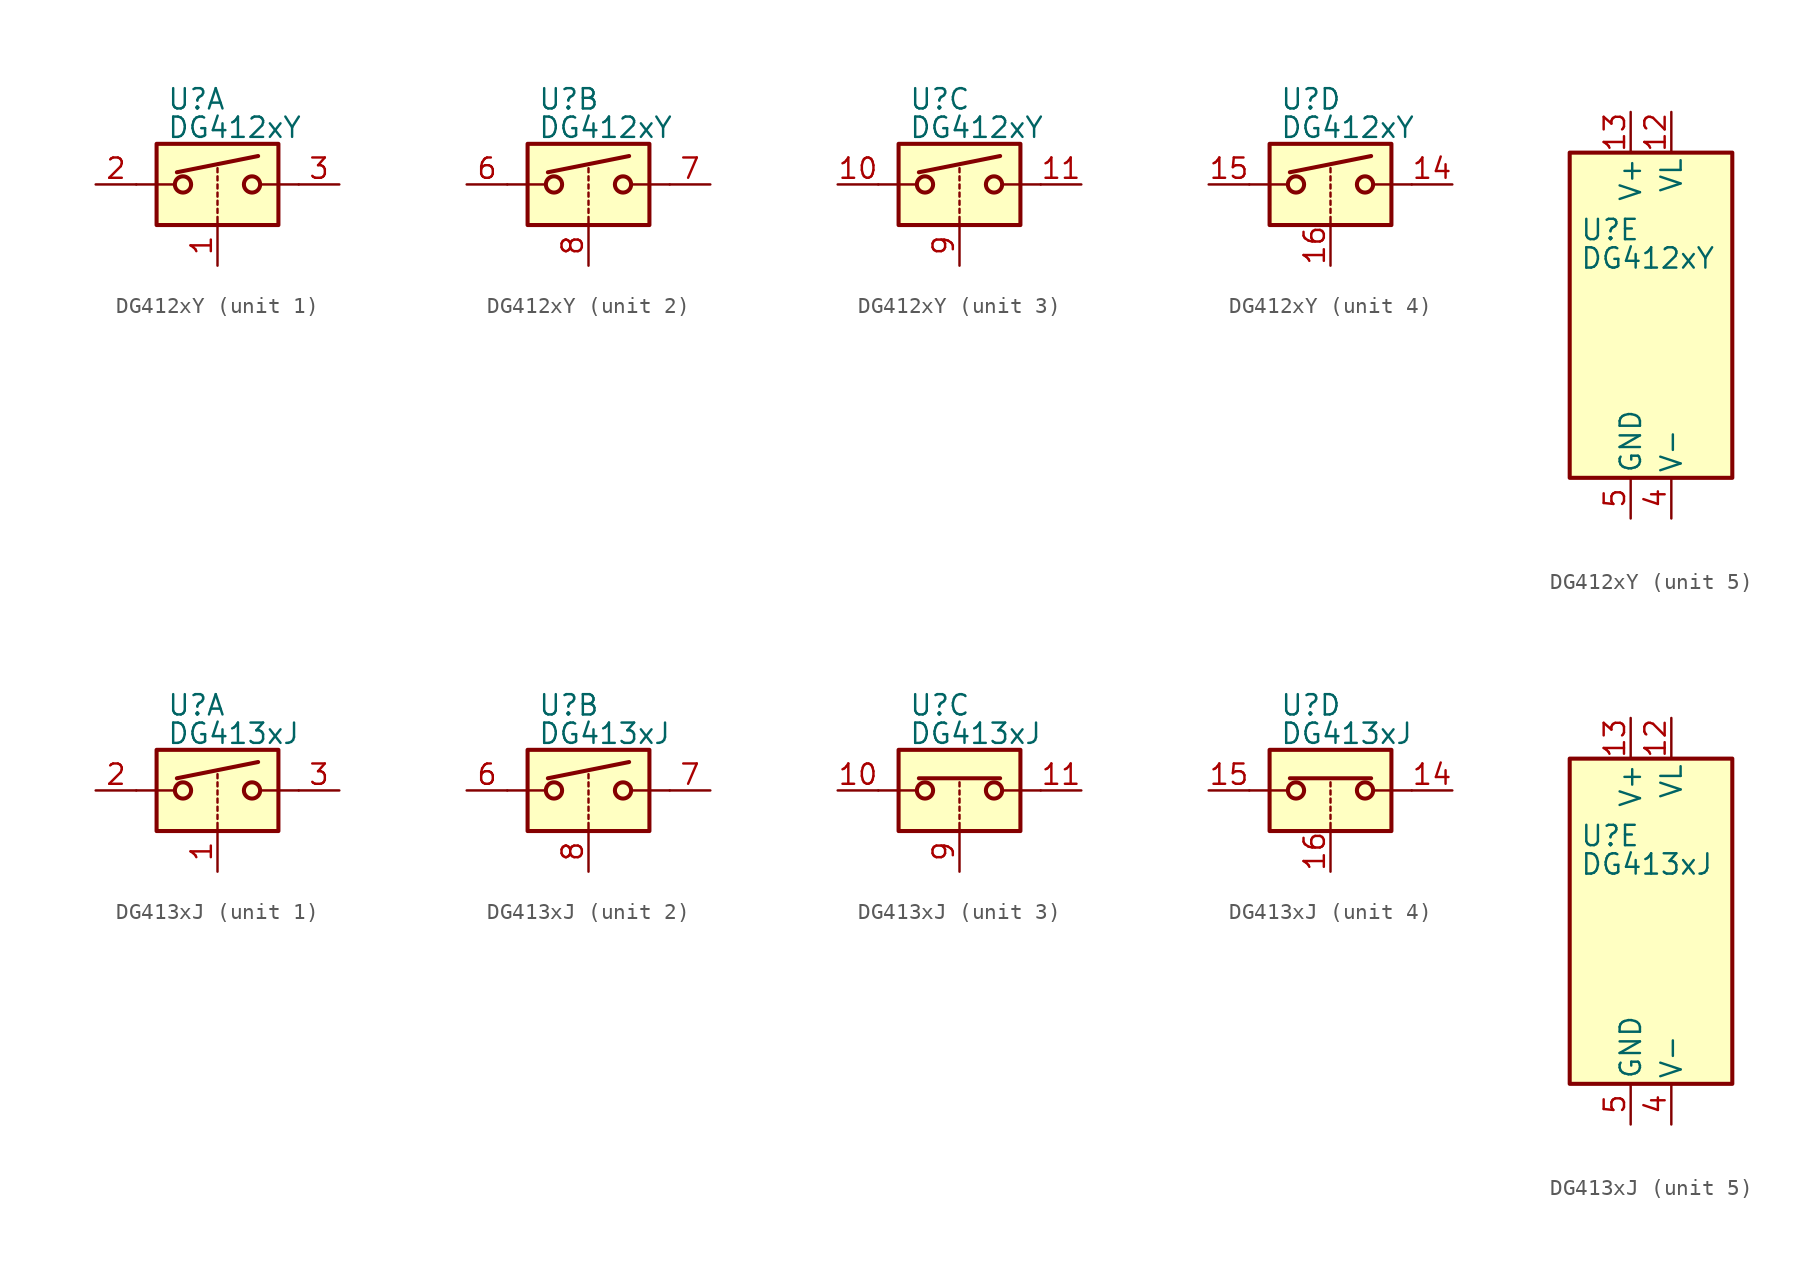
<source format=kicad_sym>
(kicad_symbol_lib
  (version 20201005)
  (generator kicad_symbol_editor)
  (symbol "Analog_Switch:DG412xY"
    (pin_names
      (offset 0.254))
    (property "Reference" "U"
      (at -3.175 5.334 0)
      (effects (font (size 1.27 1.27)) (justify left)))
    (property "Value" "DG412xY"
      (at -3.175 3.556 0)
      (effects (font (size 1.27 1.27)) (justify left)))
    (symbol "DG412xY_1_1"
      (circle (center -2.159 0) (radius 0.508) (stroke (width 0.254)) (fill (type none)))
      (circle (center 2.159 0) (radius 0.508) (stroke (width 0.254)) (fill (type none)))
      (rectangle (start -3.81 2.54) (end 3.81 -2.54) (stroke (width 0.254)) (fill (type background)))
      (polyline (pts (xy -5.08 0) (xy -2.794 0)) (stroke (width 0)) (fill (type none)))
      (polyline (pts (xy -2.54 0.762) (xy 2.54 1.778)) (stroke (width 0.254)) (fill (type none)))
      (polyline (pts (xy 0 -2.54) (xy 0 -2.032)) (stroke (width 0)) (fill (type none)))
      (polyline (pts (xy 0 -1.778) (xy 0 -1.524)) (stroke (width 0)) (fill (type none)))
      (polyline (pts (xy 0 -1.27) (xy 0 -1.016)) (stroke (width 0)) (fill (type none)))
      (polyline (pts (xy 0 -0.762) (xy 0 -0.508)) (stroke (width 0)) (fill (type none)))
      (polyline (pts (xy 0 -0.254) (xy 0 0)) (stroke (width 0)) (fill (type none)))
      (polyline (pts (xy 0 0.254) (xy 0 0.508)) (stroke (width 0)) (fill (type none)))
      (polyline (pts (xy 0 0.762) (xy 0 1.016)) (stroke (width 0)) (fill (type none)))
      (polyline (pts (xy 5.08 0) (xy 2.794 0)) (stroke (width 0)) (fill (type none)))
      (pin input line (at 0 -5.08 90) (length 2.54) (name "~" (effects (font (size 1.27 1.27)))) (number "1" (effects (font (size 1.27 1.27)))))
      (pin passive line (at -7.62 0 0) (length 2.54) (name "~" (effects (font (size 1.27 1.27)))) (number "2" (effects (font (size 1.27 1.27)))))
      (pin passive line (at 7.62 0 180) (length 2.54) (name "~" (effects (font (size 1.27 1.27)))) (number "3" (effects (font (size 1.27 1.27))))))
    (symbol "DG412xY_2_1"
      (circle (center -2.159 0) (radius 0.508) (stroke (width 0.254)) (fill (type none)))
      (circle (center 2.159 0) (radius 0.508) (stroke (width 0.254)) (fill (type none)))
      (rectangle (start -3.81 2.54) (end 3.81 -2.54) (stroke (width 0.254)) (fill (type background)))
      (polyline (pts (xy -5.08 0) (xy -2.794 0)) (stroke (width 0)) (fill (type none)))
      (polyline (pts (xy -2.54 0.762) (xy 2.54 1.778)) (stroke (width 0.254)) (fill (type none)))
      (polyline (pts (xy 0 -2.54) (xy 0 -2.032)) (stroke (width 0)) (fill (type none)))
      (polyline (pts (xy 0 -1.778) (xy 0 -1.524)) (stroke (width 0)) (fill (type none)))
      (polyline (pts (xy 0 -1.27) (xy 0 -1.016)) (stroke (width 0)) (fill (type none)))
      (polyline (pts (xy 0 -0.762) (xy 0 -0.508)) (stroke (width 0)) (fill (type none)))
      (polyline (pts (xy 0 -0.254) (xy 0 0)) (stroke (width 0)) (fill (type none)))
      (polyline (pts (xy 0 0.254) (xy 0 0.508)) (stroke (width 0)) (fill (type none)))
      (polyline (pts (xy 0 0.762) (xy 0 1.016)) (stroke (width 0)) (fill (type none)))
      (polyline (pts (xy 5.08 0) (xy 2.794 0)) (stroke (width 0)) (fill (type none)))
      (pin passive line (at -7.62 0 0) (length 2.54) (name "~" (effects (font (size 1.27 1.27)))) (number "6" (effects (font (size 1.27 1.27)))))
      (pin passive line (at 7.62 0 180) (length 2.54) (name "~" (effects (font (size 1.27 1.27)))) (number "7" (effects (font (size 1.27 1.27)))))
      (pin input line (at 0 -5.08 90) (length 2.54) (name "~" (effects (font (size 1.27 1.27)))) (number "8" (effects (font (size 1.27 1.27))))))
    (symbol "DG412xY_3_1"
      (circle (center -2.159 0) (radius 0.508) (stroke (width 0.254)) (fill (type none)))
      (circle (center 2.159 0) (radius 0.508) (stroke (width 0.254)) (fill (type none)))
      (rectangle (start -3.81 2.54) (end 3.81 -2.54) (stroke (width 0.254)) (fill (type background)))
      (polyline (pts (xy -5.08 0) (xy -2.794 0)) (stroke (width 0)) (fill (type none)))
      (polyline (pts (xy -2.54 0.762) (xy 2.54 1.778)) (stroke (width 0.254)) (fill (type none)))
      (polyline (pts (xy 0 -2.54) (xy 0 -2.032)) (stroke (width 0)) (fill (type none)))
      (polyline (pts (xy 0 -1.778) (xy 0 -1.524)) (stroke (width 0)) (fill (type none)))
      (polyline (pts (xy 0 -1.27) (xy 0 -1.016)) (stroke (width 0)) (fill (type none)))
      (polyline (pts (xy 0 -0.762) (xy 0 -0.508)) (stroke (width 0)) (fill (type none)))
      (polyline (pts (xy 0 -0.254) (xy 0 0)) (stroke (width 0)) (fill (type none)))
      (polyline (pts (xy 0 0.254) (xy 0 0.508)) (stroke (width 0)) (fill (type none)))
      (polyline (pts (xy 0 0.762) (xy 0 1.016)) (stroke (width 0)) (fill (type none)))
      (polyline (pts (xy 5.08 0) (xy 2.794 0)) (stroke (width 0)) (fill (type none)))
      (pin passive line (at -7.62 0 0) (length 2.54) (name "~" (effects (font (size 1.27 1.27)))) (number "10" (effects (font (size 1.27 1.27)))))
      (pin passive line (at 7.62 0 180) (length 2.54) (name "~" (effects (font (size 1.27 1.27)))) (number "11" (effects (font (size 1.27 1.27)))))
      (pin input line (at 0 -5.08 90) (length 2.54) (name "~" (effects (font (size 1.27 1.27)))) (number "9" (effects (font (size 1.27 1.27))))))
    (symbol "DG412xY_4_1"
      (circle (center -2.159 0) (radius 0.508) (stroke (width 0.254)) (fill (type none)))
      (circle (center 2.159 0) (radius 0.508) (stroke (width 0.254)) (fill (type none)))
      (rectangle (start -3.81 2.54) (end 3.81 -2.54) (stroke (width 0.254)) (fill (type background)))
      (polyline (pts (xy -5.08 0) (xy -2.794 0)) (stroke (width 0)) (fill (type none)))
      (polyline (pts (xy -2.54 0.762) (xy 2.54 1.778)) (stroke (width 0.254)) (fill (type none)))
      (polyline (pts (xy 0 -2.54) (xy 0 -2.032)) (stroke (width 0)) (fill (type none)))
      (polyline (pts (xy 0 -1.778) (xy 0 -1.524)) (stroke (width 0)) (fill (type none)))
      (polyline (pts (xy 0 -1.27) (xy 0 -1.016)) (stroke (width 0)) (fill (type none)))
      (polyline (pts (xy 0 -0.762) (xy 0 -0.508)) (stroke (width 0)) (fill (type none)))
      (polyline (pts (xy 0 -0.254) (xy 0 0)) (stroke (width 0)) (fill (type none)))
      (polyline (pts (xy 0 0.254) (xy 0 0.508)) (stroke (width 0)) (fill (type none)))
      (polyline (pts (xy 0 0.762) (xy 0 1.016)) (stroke (width 0)) (fill (type none)))
      (polyline (pts (xy 5.08 0) (xy 2.794 0)) (stroke (width 0)) (fill (type none)))
      (pin passive line (at 7.62 0 180) (length 2.54) (name "~" (effects (font (size 1.27 1.27)))) (number "14" (effects (font (size 1.27 1.27)))))
      (pin passive line (at -7.62 0 0) (length 2.54) (name "~" (effects (font (size 1.27 1.27)))) (number "15" (effects (font (size 1.27 1.27)))))
      (pin input line (at 0 -5.08 90) (length 2.54) (name "~" (effects (font (size 1.27 1.27)))) (number "16" (effects (font (size 1.27 1.27))))))
    (symbol "DG412xY_5_0"
      (pin power_in line (at 2.54 12.7 270) (length 2.54) (name "VL" (effects (font (size 1.27 1.27)))) (number "12" (effects (font (size 1.27 1.27)))))
      (pin power_in line (at 0 12.7 270) (length 2.54) (name "V+" (effects (font (size 1.27 1.27)))) (number "13" (effects (font (size 1.27 1.27)))))
      (pin power_in line (at 2.54 -12.7 90) (length 2.54) (name "V-" (effects (font (size 1.27 1.27)))) (number "4" (effects (font (size 1.27 1.27)))))
      (pin power_in line (at 0 -12.7 90) (length 2.54) (name "GND" (effects (font (size 1.27 1.27)))) (number "5" (effects (font (size 1.27 1.27))))))
    (symbol "DG412xY_5_1"
      (rectangle (start -3.81 10.16) (end 6.35 -10.16) (stroke (width 0.254)) (fill (type background)))))
  (symbol "Analog_Switch:DG413xJ"
    (pin_names
      (offset 0.254))
    (property "Reference" "U"
      (at -3.175 5.334 0)
      (effects (font (size 1.27 1.27)) (justify left)))
    (property "Value" "DG413xJ"
      (at -3.175 3.556 0)
      (effects (font (size 1.27 1.27)) (justify left)))
    (symbol "DG413xJ_1_1"
      (circle (center -2.159 0) (radius 0.508) (stroke (width 0.254)) (fill (type none)))
      (circle (center 2.159 0) (radius 0.508) (stroke (width 0.254)) (fill (type none)))
      (rectangle (start -3.81 2.54) (end 3.81 -2.54) (stroke (width 0.254)) (fill (type background)))
      (polyline (pts (xy -5.08 0) (xy -2.794 0)) (stroke (width 0)) (fill (type none)))
      (polyline (pts (xy -2.54 0.762) (xy 2.54 1.778)) (stroke (width 0.254)) (fill (type none)))
      (polyline (pts (xy 0 -2.54) (xy 0 -2.032)) (stroke (width 0)) (fill (type none)))
      (polyline (pts (xy 0 -1.778) (xy 0 -1.524)) (stroke (width 0)) (fill (type none)))
      (polyline (pts (xy 0 -1.27) (xy 0 -1.016)) (stroke (width 0)) (fill (type none)))
      (polyline (pts (xy 0 -0.762) (xy 0 -0.508)) (stroke (width 0)) (fill (type none)))
      (polyline (pts (xy 0 -0.254) (xy 0 0)) (stroke (width 0)) (fill (type none)))
      (polyline (pts (xy 0 0.254) (xy 0 0.508)) (stroke (width 0)) (fill (type none)))
      (polyline (pts (xy 0 0.762) (xy 0 1.016)) (stroke (width 0)) (fill (type none)))
      (polyline (pts (xy 5.08 0) (xy 2.794 0)) (stroke (width 0)) (fill (type none)))
      (pin input line (at 0 -5.08 90) (length 2.54) (name "~" (effects (font (size 1.27 1.27)))) (number "1" (effects (font (size 1.27 1.27)))))
      (pin passive line (at -7.62 0 0) (length 2.54) (name "~" (effects (font (size 1.27 1.27)))) (number "2" (effects (font (size 1.27 1.27)))))
      (pin passive line (at 7.62 0 180) (length 2.54) (name "~" (effects (font (size 1.27 1.27)))) (number "3" (effects (font (size 1.27 1.27))))))
    (symbol "DG413xJ_2_1"
      (circle (center -2.159 0) (radius 0.508) (stroke (width 0.254)) (fill (type none)))
      (circle (center 2.159 0) (radius 0.508) (stroke (width 0.254)) (fill (type none)))
      (rectangle (start -3.81 2.54) (end 3.81 -2.54) (stroke (width 0.254)) (fill (type background)))
      (polyline (pts (xy -5.08 0) (xy -2.794 0)) (stroke (width 0)) (fill (type none)))
      (polyline (pts (xy -2.54 0.762) (xy 2.54 1.778)) (stroke (width 0.254)) (fill (type none)))
      (polyline (pts (xy 0 -2.54) (xy 0 -2.032)) (stroke (width 0)) (fill (type none)))
      (polyline (pts (xy 0 -1.778) (xy 0 -1.524)) (stroke (width 0)) (fill (type none)))
      (polyline (pts (xy 0 -1.27) (xy 0 -1.016)) (stroke (width 0)) (fill (type none)))
      (polyline (pts (xy 0 -0.762) (xy 0 -0.508)) (stroke (width 0)) (fill (type none)))
      (polyline (pts (xy 0 -0.254) (xy 0 0)) (stroke (width 0)) (fill (type none)))
      (polyline (pts (xy 0 0.254) (xy 0 0.508)) (stroke (width 0)) (fill (type none)))
      (polyline (pts (xy 0 0.762) (xy 0 1.016)) (stroke (width 0)) (fill (type none)))
      (polyline (pts (xy 5.08 0) (xy 2.794 0)) (stroke (width 0)) (fill (type none)))
      (pin passive line (at -7.62 0 0) (length 2.54) (name "~" (effects (font (size 1.27 1.27)))) (number "6" (effects (font (size 1.27 1.27)))))
      (pin passive line (at 7.62 0 180) (length 2.54) (name "~" (effects (font (size 1.27 1.27)))) (number "7" (effects (font (size 1.27 1.27)))))
      (pin input line (at 0 -5.08 90) (length 2.54) (name "~" (effects (font (size 1.27 1.27)))) (number "8" (effects (font (size 1.27 1.27))))))
    (symbol "DG413xJ_3_1"
      (circle (center -2.159 0) (radius 0.508) (stroke (width 0.254)) (fill (type none)))
      (circle (center 2.159 0) (radius 0.508) (stroke (width 0.254)) (fill (type none)))
      (rectangle (start -3.81 2.54) (end 3.81 -2.54) (stroke (width 0.254)) (fill (type background)))
      (polyline (pts (xy -5.08 0) (xy -2.794 0)) (stroke (width 0)) (fill (type none)))
      (polyline (pts (xy -2.54 0.762) (xy 2.54 0.762)) (stroke (width 0.254)) (fill (type none)))
      (polyline (pts (xy 0 -2.54) (xy 0 -2.032)) (stroke (width 0)) (fill (type none)))
      (polyline (pts (xy 0 -1.778) (xy 0 -1.524)) (stroke (width 0)) (fill (type none)))
      (polyline (pts (xy 0 -1.27) (xy 0 -1.016)) (stroke (width 0)) (fill (type none)))
      (polyline (pts (xy 0 -0.762) (xy 0 -0.508)) (stroke (width 0)) (fill (type none)))
      (polyline (pts (xy 0 -0.254) (xy 0 0)) (stroke (width 0)) (fill (type none)))
      (polyline (pts (xy 0 0.254) (xy 0 0.508)) (stroke (width 0)) (fill (type none)))
      (polyline (pts (xy 5.08 0) (xy 2.794 0)) (stroke (width 0)) (fill (type none)))
      (pin passive line (at -7.62 0 0) (length 2.54) (name "~" (effects (font (size 1.27 1.27)))) (number "10" (effects (font (size 1.27 1.27)))))
      (pin passive line (at 7.62 0 180) (length 2.54) (name "~" (effects (font (size 1.27 1.27)))) (number "11" (effects (font (size 1.27 1.27)))))
      (pin input line (at 0 -5.08 90) (length 2.54) (name "~" (effects (font (size 1.27 1.27)))) (number "9" (effects (font (size 1.27 1.27))))))
    (symbol "DG413xJ_4_1"
      (circle (center -2.159 0) (radius 0.508) (stroke (width 0.254)) (fill (type none)))
      (circle (center 2.159 0) (radius 0.508) (stroke (width 0.254)) (fill (type none)))
      (rectangle (start -3.81 2.54) (end 3.81 -2.54) (stroke (width 0.254)) (fill (type background)))
      (polyline (pts (xy -5.08 0) (xy -2.794 0)) (stroke (width 0)) (fill (type none)))
      (polyline (pts (xy -2.54 0.762) (xy 2.54 0.762)) (stroke (width 0.254)) (fill (type none)))
      (polyline (pts (xy 0 -2.54) (xy 0 -2.032)) (stroke (width 0)) (fill (type none)))
      (polyline (pts (xy 0 -1.778) (xy 0 -1.524)) (stroke (width 0)) (fill (type none)))
      (polyline (pts (xy 0 -1.27) (xy 0 -1.016)) (stroke (width 0)) (fill (type none)))
      (polyline (pts (xy 0 -0.762) (xy 0 -0.508)) (stroke (width 0)) (fill (type none)))
      (polyline (pts (xy 0 -0.254) (xy 0 0)) (stroke (width 0)) (fill (type none)))
      (polyline (pts (xy 0 0.254) (xy 0 0.508)) (stroke (width 0)) (fill (type none)))
      (polyline (pts (xy 5.08 0) (xy 2.794 0)) (stroke (width 0)) (fill (type none)))
      (pin passive line (at 7.62 0 180) (length 2.54) (name "~" (effects (font (size 1.27 1.27)))) (number "14" (effects (font (size 1.27 1.27)))))
      (pin passive line (at -7.62 0 0) (length 2.54) (name "~" (effects (font (size 1.27 1.27)))) (number "15" (effects (font (size 1.27 1.27)))))
      (pin input line (at 0 -5.08 90) (length 2.54) (name "~" (effects (font (size 1.27 1.27)))) (number "16" (effects (font (size 1.27 1.27))))))
    (symbol "DG413xJ_5_0"
      (pin power_in line (at 2.54 12.7 270) (length 2.54) (name "VL" (effects (font (size 1.27 1.27)))) (number "12" (effects (font (size 1.27 1.27)))))
      (pin power_in line (at 0 12.7 270) (length 2.54) (name "V+" (effects (font (size 1.27 1.27)))) (number "13" (effects (font (size 1.27 1.27)))))
      (pin power_in line (at 2.54 -12.7 90) (length 2.54) (name "V-" (effects (font (size 1.27 1.27)))) (number "4" (effects (font (size 1.27 1.27)))))
      (pin power_in line (at 0 -12.7 90) (length 2.54) (name "GND" (effects (font (size 1.27 1.27)))) (number "5" (effects (font (size 1.27 1.27))))))
    (symbol "DG413xJ_5_1"
      (rectangle (start -3.81 10.16) (end 6.35 -10.16) (stroke (width 0.254)) (fill (type background))))))
</source>
